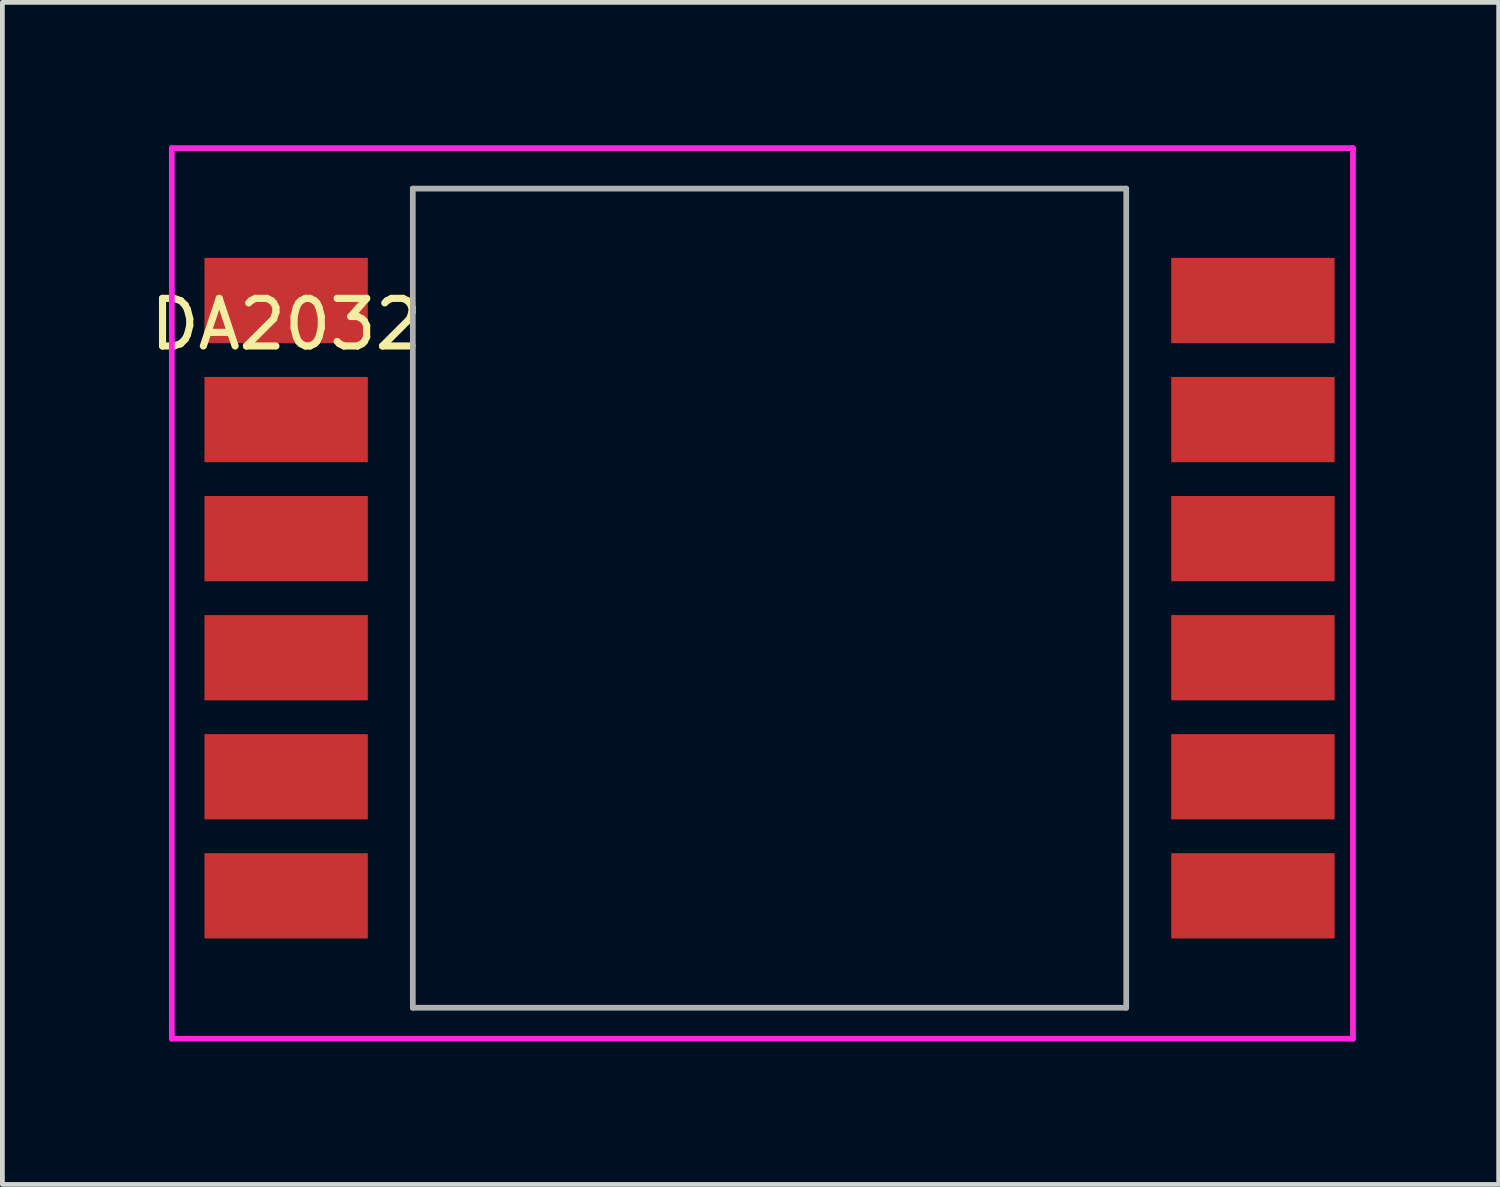
<source format=kicad_pcb>
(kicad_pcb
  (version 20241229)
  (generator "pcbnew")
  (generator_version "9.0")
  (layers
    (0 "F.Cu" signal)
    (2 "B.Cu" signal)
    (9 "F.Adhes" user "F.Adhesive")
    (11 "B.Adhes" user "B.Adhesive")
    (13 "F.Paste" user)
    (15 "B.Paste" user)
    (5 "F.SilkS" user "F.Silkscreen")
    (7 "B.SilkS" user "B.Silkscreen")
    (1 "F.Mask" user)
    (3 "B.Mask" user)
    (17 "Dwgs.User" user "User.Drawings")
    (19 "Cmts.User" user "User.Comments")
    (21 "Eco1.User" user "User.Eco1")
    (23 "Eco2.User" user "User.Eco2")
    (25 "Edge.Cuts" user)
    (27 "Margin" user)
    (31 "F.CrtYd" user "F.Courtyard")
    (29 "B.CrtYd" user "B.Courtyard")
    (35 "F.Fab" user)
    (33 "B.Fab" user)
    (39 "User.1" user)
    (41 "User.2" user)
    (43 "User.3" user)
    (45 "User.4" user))
  (footprint "DA2032"
    (layer "F.Cu")
    (at 2.958 3.26)
    (property "Reference" "DA2032" (at 0 0.5 0) (layer "F.SilkS") (effects (font (size 1 1) (thickness 0.15))))
    (attr through_hole)
    (fp_line (start -2.4 -3.2) (end -2.4 15.5) (stroke (width 0.12) (type solid)) (layer "F.CrtYd"))
    (fp_line (start -2.4 15.5) (end 22.4 15.5) (stroke (width 0.12) (type solid)) (layer "F.CrtYd"))
    (fp_line (start 22.4 -3.2) (end -2.4 -3.2) (stroke (width 0.12) (type solid)) (layer "F.CrtYd"))
    (fp_line (start 22.4 15.5) (end 22.4 -3.2) (stroke (width 0.12) (type solid)) (layer "F.CrtYd"))
    (fp_line (start 2.66 -2.35) (end 2.66 14.85) (stroke (width 0.12) (type solid)) (layer "F.Fab"))
    (fp_line (start 2.66 -2.35) (end 17.64 -2.35) (stroke (width 0.12) (type solid)) (layer "F.Fab"))
    (fp_line (start 2.66 14.85) (end 17.64 14.85) (stroke (width 0.12) (type solid)) (layer "F.Fab"))
    (fp_line (start 17.64 -2.35) (end 17.64 14.85) (stroke (width 0.12) (type solid)) (layer "F.Fab"))
    (pad "1" smd rect (at 0 0) (size 3.43 1.79) (layers "F.Cu" "F.Mask" "F.Paste"))
    (pad "2" smd rect (at 0 2.5) (size 3.43 1.79) (layers "F.Cu" "F.Mask" "F.Paste"))
    (pad "3" smd rect (at 0 5) (size 3.43 1.79) (layers "F.Cu" "F.Mask" "F.Paste"))
    (pad "4" smd rect (at 0 7.5) (size 3.43 1.79) (layers "F.Cu" "F.Mask" "F.Paste"))
    (pad "5" smd rect (at 0 10) (size 3.43 1.79) (layers "F.Cu" "F.Mask" "F.Paste"))
    (pad "6" smd rect (at 0 12.5) (size 3.43 1.79) (layers "F.Cu" "F.Mask" "F.Paste"))
    (pad "7" smd rect (at 20.3 12.5) (size 3.43 1.79) (layers "F.Cu" "F.Mask" "F.Paste"))
    (pad "8" smd rect (at 20.3 10) (size 3.43 1.79) (layers "F.Cu" "F.Mask" "F.Paste"))
    (pad "9" smd rect (at 20.3 7.5) (size 3.43 1.79) (layers "F.Cu" "F.Mask" "F.Paste"))
    (pad "10" smd rect (at 20.3 5) (size 3.43 1.79) (layers "F.Cu" "F.Mask" "F.Paste"))
    (pad "11" smd rect (at 20.3 2.5) (size 3.43 1.79) (layers "F.Cu" "F.Mask" "F.Paste"))
    (pad "12" smd rect (at 20.3 0) (size 3.43 1.79) (layers "F.Cu" "F.Mask" "F.Paste")))
  (gr_rect
    (start -3 -3)
    (end 28.418 21.82)
    (stroke (width 0.1) (type default))
    (fill no)
    (layer "Edge.Cuts")))
</source>
